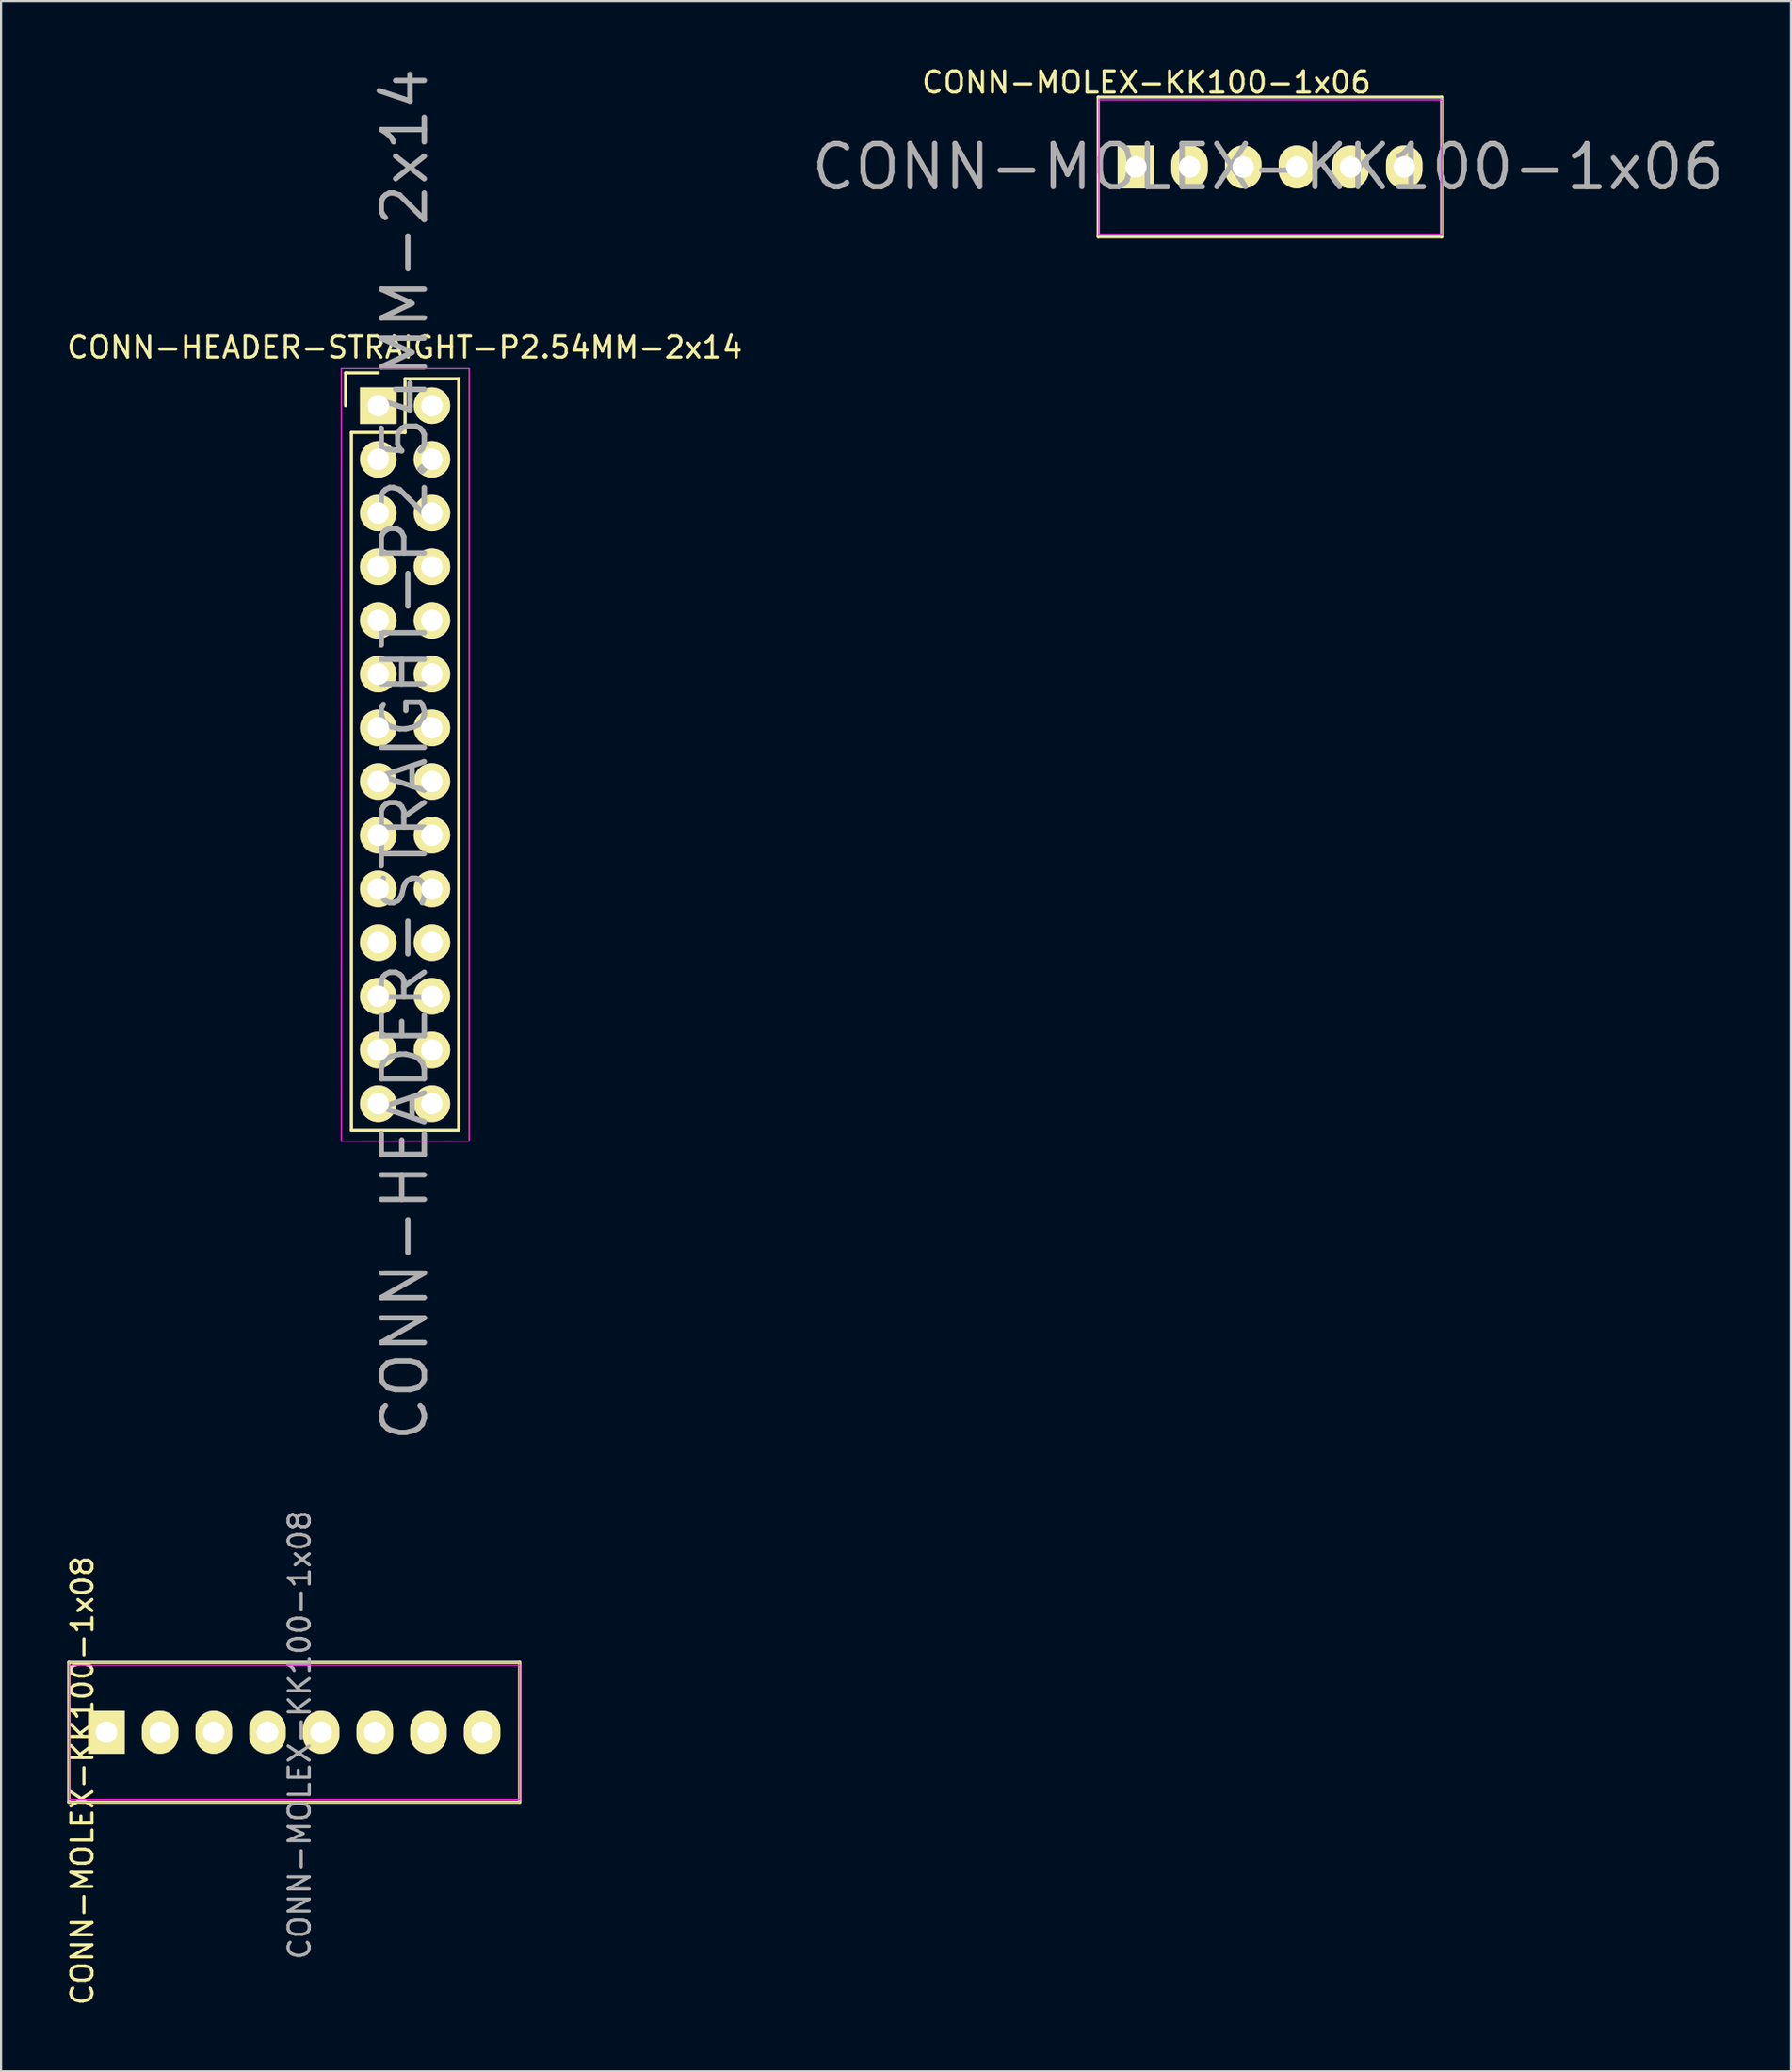
<source format=kicad_pcb>
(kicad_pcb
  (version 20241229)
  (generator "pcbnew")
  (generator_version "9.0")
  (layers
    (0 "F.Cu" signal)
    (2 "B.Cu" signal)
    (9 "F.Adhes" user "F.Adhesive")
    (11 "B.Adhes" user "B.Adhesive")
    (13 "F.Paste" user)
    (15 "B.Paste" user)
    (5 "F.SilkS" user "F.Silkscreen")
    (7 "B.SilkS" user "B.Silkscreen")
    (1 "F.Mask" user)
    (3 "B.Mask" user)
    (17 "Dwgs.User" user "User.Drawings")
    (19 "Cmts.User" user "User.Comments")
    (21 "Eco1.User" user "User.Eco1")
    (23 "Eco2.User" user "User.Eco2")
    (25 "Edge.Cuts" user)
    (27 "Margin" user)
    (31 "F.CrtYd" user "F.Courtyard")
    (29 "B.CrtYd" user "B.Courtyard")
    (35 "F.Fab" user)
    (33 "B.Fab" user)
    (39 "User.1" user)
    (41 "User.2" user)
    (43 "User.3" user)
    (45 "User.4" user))
  (footprint "CONN-MOLEX-KK100-1x08"
    (layer "F.Cu")
    (at 1.986 78.9)
    (property "Reference" "CONN-MOLEX-KK100-1x08" (at 9.144 0.127 90) (layer "F.Fab") (effects (font (size 1 1) (thickness 0.15))))
    (attr through_hole)
    (fp_line (start -1.778 -3.302) (end -1.778 3.302) (stroke (width 0.152) (type solid)) (layer "F.SilkS"))
    (fp_line (start -1.778 3.302) (end 19.558 3.302) (stroke (width 0.152) (type solid)) (layer "F.SilkS"))
    (fp_line (start 19.558 -3.302) (end -1.778 -3.302) (stroke (width 0.152) (type solid)) (layer "F.SilkS"))
    (fp_line (start 19.558 3.302) (end 19.558 -3.302) (stroke (width 0.152) (type solid)) (layer "F.SilkS"))
    (fp_line (start -1.75 -3.175) (end -1.75 3.175) (stroke (width 0.05) (type solid)) (layer "F.CrtYd"))
    (fp_line (start -1.75 -3.175) (end 19.558 -3.175) (stroke (width 0.05) (type solid)) (layer "F.CrtYd"))
    (fp_line (start -1.75 3.175) (end 19.558 3.175) (stroke (width 0.05) (type solid)) (layer "F.CrtYd"))
    (fp_line (start 19.558 -3.175) (end 19.558 3.175) (stroke (width 0.05) (type solid)) (layer "F.CrtYd"))
    (fp_line (start -1.778 -3.302) (end -1.778 3.302) (stroke (width 0.05) (type solid)) (layer "F.Fab"))
    (fp_line (start -1.778 3.302) (end 19.558 3.302) (stroke (width 0.05) (type solid)) (layer "F.Fab"))
    (fp_line (start 19.558 -3.302) (end -1.778 -3.302) (stroke (width 0.05) (type solid)) (layer "F.Fab"))
    (fp_line (start 19.558 3.302) (end 19.558 -3.302) (stroke (width 0.05) (type solid)) (layer "F.Fab"))
    (fp_text user "${REFERENCE}" (at -1.138 2.291 90) (layer "F.SilkS") (effects (font (size 1 1) (thickness 0.15))))
    (pad "1" thru_hole rect (at 0 0) (size 1.727 2.032) (drill 1.016) (layers "*.Cu" "*.Mask" "F.SilkS"))
    (pad "2" thru_hole oval (at 2.54 0) (size 1.727 2.032) (drill 1.016) (layers "*.Cu" "*.Mask" "F.SilkS"))
    (pad "3" thru_hole oval (at 5.08 0) (size 1.727 2.032) (drill 1.016) (layers "*.Cu" "*.Mask" "F.SilkS"))
    (pad "4" thru_hole oval (at 7.62 0) (size 1.727 2.032) (drill 1.016) (layers "*.Cu" "*.Mask" "F.SilkS"))
    (pad "5" thru_hole oval (at 10.16 0) (size 1.727 2.032) (drill 1.016) (layers "*.Cu" "*.Mask" "F.SilkS"))
    (pad "6" thru_hole oval (at 12.7 0) (size 1.727 2.032) (drill 1.016) (layers "*.Cu" "*.Mask" "F.SilkS"))
    (pad "7" thru_hole oval (at 15.24 0) (size 1.727 2.032) (drill 1.016) (layers "*.Cu" "*.Mask" "F.SilkS"))
    (pad "8" thru_hole oval (at 17.78 0) (size 1.727 2.032) (drill 1.016) (layers "*.Cu" "*.Mask" "F.SilkS")))
  (footprint "CONN-HEADER-STRAIGHT-P2.54MM-2x14"
    (layer "F.Cu")
    (at 14.851 16.141)
    (property "Reference" "CONN-HEADER-STRAIGHT-P2.54MM-2x14" (at 1.25 16.5 90) (layer "F.Fab") (effects (font (size 2.032 2.032) (thickness 0.254))))
    (attr through_hole)
    (fp_line (start -1.55 -1.55) (end -1.55 0) (stroke (width 0.15) (type solid)) (layer "F.SilkS"))
    (fp_line (start -1.27 1.27) (end -1.27 34.29) (stroke (width 0.15) (type solid)) (layer "F.SilkS"))
    (fp_line (start 0 -1.55) (end -1.55 -1.55) (stroke (width 0.15) (type solid)) (layer "F.SilkS"))
    (fp_line (start 1.27 -1.27) (end 1.27 1.27) (stroke (width 0.15) (type solid)) (layer "F.SilkS"))
    (fp_line (start 1.27 1.27) (end -1.27 1.27) (stroke (width 0.15) (type solid)) (layer "F.SilkS"))
    (fp_line (start 3.81 -1.27) (end 1.27 -1.27) (stroke (width 0.15) (type solid)) (layer "F.SilkS"))
    (fp_line (start 3.81 34.29) (end -1.27 34.29) (stroke (width 0.15) (type solid)) (layer "F.SilkS"))
    (fp_line (start 3.81 34.29) (end 3.81 -1.27) (stroke (width 0.15) (type solid)) (layer "F.SilkS"))
    (fp_line (start -1.75 -1.75) (end -1.75 34.8) (stroke (width 0.05) (type solid)) (layer "F.CrtYd"))
    (fp_line (start -1.75 -1.75) (end 4.3 -1.75) (stroke (width 0.05) (type solid)) (layer "F.CrtYd"))
    (fp_line (start -1.75 34.8) (end 4.3 34.8) (stroke (width 0.05) (type solid)) (layer "F.CrtYd"))
    (fp_line (start 4.3 -1.75) (end 4.3 34.8) (stroke (width 0.05) (type solid)) (layer "F.CrtYd"))
    (fp_line (start -1.75 -1.75) (end -1.75 34.8) (stroke (width 0.05) (type solid)) (layer "F.Fab"))
    (fp_line (start -1.75 -1.75) (end 4.3 -1.75) (stroke (width 0.05) (type solid)) (layer "F.Fab"))
    (fp_line (start -1.75 34.8) (end 4.3 34.8) (stroke (width 0.05) (type solid)) (layer "F.Fab"))
    (fp_line (start 4.3 -1.75) (end 4.3 34.8) (stroke (width 0.05) (type solid)) (layer "F.Fab"))
    (fp_text user "${REFERENCE}" (at 1.25 -2.75 0) (layer "F.SilkS") (effects (font (size 1 1) (thickness 0.15))))
    (pad "1" thru_hole rect (at 0 0) (size 1.727 1.727) (drill 1.016) (layers "*.Cu" "*.Mask" "F.SilkS"))
    (pad "2" thru_hole oval (at 2.54 0) (size 1.727 1.727) (drill 1.016) (layers "*.Cu" "*.Mask" "F.SilkS"))
    (pad "3" thru_hole oval (at 0 2.54) (size 1.727 1.727) (drill 1.016) (layers "*.Cu" "*.Mask" "F.SilkS"))
    (pad "4" thru_hole oval (at 2.54 2.54) (size 1.727 1.727) (drill 1.016) (layers "*.Cu" "*.Mask" "F.SilkS"))
    (pad "5" thru_hole oval (at 0 5.08) (size 1.727 1.727) (drill 1.016) (layers "*.Cu" "*.Mask" "F.SilkS"))
    (pad "6" thru_hole oval (at 2.54 5.08) (size 1.727 1.727) (drill 1.016) (layers "*.Cu" "*.Mask" "F.SilkS"))
    (pad "7" thru_hole oval (at 0 7.62) (size 1.727 1.727) (drill 1.016) (layers "*.Cu" "*.Mask" "F.SilkS"))
    (pad "8" thru_hole oval (at 2.54 7.62) (size 1.727 1.727) (drill 1.016) (layers "*.Cu" "*.Mask" "F.SilkS"))
    (pad "9" thru_hole oval (at 0 10.16) (size 1.727 1.727) (drill 1.016) (layers "*.Cu" "*.Mask" "F.SilkS"))
    (pad "10" thru_hole oval (at 2.54 10.16) (size 1.727 1.727) (drill 1.016) (layers "*.Cu" "*.Mask" "F.SilkS"))
    (pad "11" thru_hole oval (at 0 12.7) (size 1.727 1.727) (drill 1.016) (layers "*.Cu" "*.Mask" "F.SilkS"))
    (pad "12" thru_hole oval (at 2.54 12.7) (size 1.727 1.727) (drill 1.016) (layers "*.Cu" "*.Mask" "F.SilkS"))
    (pad "13" thru_hole oval (at 0 15.24) (size 1.727 1.727) (drill 1.016) (layers "*.Cu" "*.Mask" "F.SilkS"))
    (pad "14" thru_hole oval (at 2.54 15.24) (size 1.727 1.727) (drill 1.016) (layers "*.Cu" "*.Mask" "F.SilkS"))
    (pad "15" thru_hole oval (at 0 17.78) (size 1.727 1.727) (drill 1.016) (layers "*.Cu" "*.Mask" "F.SilkS"))
    (pad "16" thru_hole oval (at 2.54 17.78) (size 1.727 1.727) (drill 1.016) (layers "*.Cu" "*.Mask" "F.SilkS"))
    (pad "17" thru_hole oval (at 0 20.32) (size 1.727 1.727) (drill 1.016) (layers "*.Cu" "*.Mask" "F.SilkS"))
    (pad "18" thru_hole oval (at 2.54 20.32) (size 1.727 1.727) (drill 1.016) (layers "*.Cu" "*.Mask" "F.SilkS"))
    (pad "19" thru_hole oval (at 0 22.86) (size 1.727 1.727) (drill 1.016) (layers "*.Cu" "*.Mask" "F.SilkS"))
    (pad "20" thru_hole oval (at 2.54 22.86) (size 1.727 1.727) (drill 1.016) (layers "*.Cu" "*.Mask" "F.SilkS"))
    (pad "21" thru_hole oval (at 0 25.4) (size 1.727 1.727) (drill 1.016) (layers "*.Cu" "*.Mask" "F.SilkS"))
    (pad "22" thru_hole oval (at 2.54 25.4) (size 1.727 1.727) (drill 1.016) (layers "*.Cu" "*.Mask" "F.SilkS"))
    (pad "23" thru_hole oval (at 0 27.94) (size 1.727 1.727) (drill 1.016) (layers "*.Cu" "*.Mask" "F.SilkS"))
    (pad "24" thru_hole oval (at 2.54 27.94) (size 1.727 1.727) (drill 1.016) (layers "*.Cu" "*.Mask" "F.SilkS"))
    (pad "25" thru_hole oval (at 0 30.48) (size 1.727 1.727) (drill 1.016) (layers "*.Cu" "*.Mask" "F.SilkS"))
    (pad "26" thru_hole oval (at 2.54 30.48) (size 1.727 1.727) (drill 1.016) (layers "*.Cu" "*.Mask" "F.SilkS"))
    (pad "27" thru_hole oval (at 0 33.02) (size 1.727 1.727) (drill 1.016) (layers "*.Cu" "*.Mask" "F.SilkS"))
    (pad "28" thru_hole oval (at 2.54 33.02) (size 1.727 1.727) (drill 1.016) (layers "*.Cu" "*.Mask" "F.SilkS")))
  (footprint "CONN-MOLEX-KK100-1x06"
    (layer "F.Cu")
    (at 50.708 4.848)
    (property "Reference" "CONN-MOLEX-KK100-1x06" (at 6.25 0 0) (layer "F.Fab") (effects (font (size 2.032 2.032) (thickness 0.254))))
    (attr through_hole)
    (fp_line (start -1.778 -3.302) (end -1.778 3.302) (stroke (width 0.152) (type solid)) (layer "F.SilkS"))
    (fp_line (start -1.778 3.302) (end 14.478 3.302) (stroke (width 0.152) (type solid)) (layer "F.SilkS"))
    (fp_line (start 14.478 -3.302) (end -1.778 -3.302) (stroke (width 0.152) (type solid)) (layer "F.SilkS"))
    (fp_line (start 14.478 3.302) (end 14.478 -3.302) (stroke (width 0.152) (type solid)) (layer "F.SilkS"))
    (fp_line (start -1.75 -3.175) (end -1.75 3.175) (stroke (width 0.05) (type solid)) (layer "F.CrtYd"))
    (fp_line (start -1.75 -3.175) (end 14.478 -3.175) (stroke (width 0.05) (type solid)) (layer "F.CrtYd"))
    (fp_line (start -1.75 3.175) (end 14.478 3.175) (stroke (width 0.05) (type solid)) (layer "F.CrtYd"))
    (fp_line (start 14.478 -3.175) (end 14.478 3.175) (stroke (width 0.05) (type solid)) (layer "F.CrtYd"))
    (fp_line (start -1.75 -3.25) (end -1.75 3.25) (stroke (width 0.051) (type solid)) (layer "F.Fab"))
    (fp_line (start -1.75 3.25) (end 14.5 3.25) (stroke (width 0.051) (type solid)) (layer "F.Fab"))
    (fp_line (start 14.5 -3.25) (end -1.75 -3.25) (stroke (width 0.051) (type solid)) (layer "F.Fab"))
    (fp_line (start 14.5 3.25) (end 14.5 -3.25) (stroke (width 0.051) (type solid)) (layer "F.Fab"))
    (fp_text user "${REFERENCE}" (at 0.5 -4 0) (layer "F.SilkS") (effects (font (size 1 1) (thickness 0.15))))
    (pad "1" thru_hole rect (at 0 0) (size 1.727 2.032) (drill 1.016) (layers "*.Cu" "*.Mask" "F.SilkS"))
    (pad "2" thru_hole oval (at 2.54 0) (size 1.727 2.032) (drill 1.016) (layers "*.Cu" "*.Mask" "F.SilkS"))
    (pad "3" thru_hole oval (at 5.08 0) (size 1.727 2.032) (drill 1.016) (layers "*.Cu" "*.Mask" "F.SilkS"))
    (pad "4" thru_hole oval (at 7.62 0) (size 1.727 2.032) (drill 1.016) (layers "*.Cu" "*.Mask" "F.SilkS"))
    (pad "5" thru_hole oval (at 10.16 0) (size 1.727 2.032) (drill 1.016) (layers "*.Cu" "*.Mask" "F.SilkS"))
    (pad "6" thru_hole oval (at 12.7 0) (size 1.727 2.032) (drill 1.016) (layers "*.Cu" "*.Mask" "F.SilkS")))
  (gr_rect
    (start -3 -3)
    (end 81.714 94.935)
    (stroke (width 0.1) (type default))
    (fill no)
    (layer "Edge.Cuts")))
</source>
